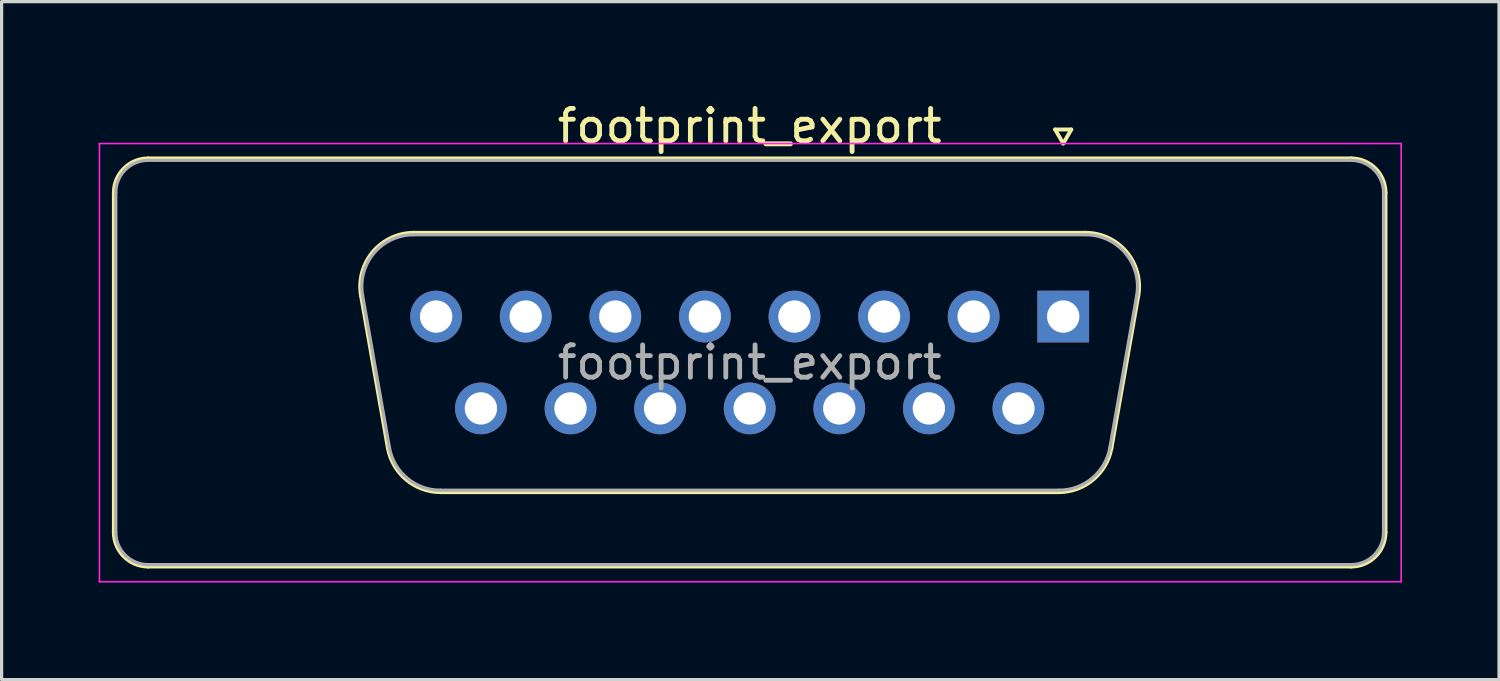
<source format=kicad_pcb>
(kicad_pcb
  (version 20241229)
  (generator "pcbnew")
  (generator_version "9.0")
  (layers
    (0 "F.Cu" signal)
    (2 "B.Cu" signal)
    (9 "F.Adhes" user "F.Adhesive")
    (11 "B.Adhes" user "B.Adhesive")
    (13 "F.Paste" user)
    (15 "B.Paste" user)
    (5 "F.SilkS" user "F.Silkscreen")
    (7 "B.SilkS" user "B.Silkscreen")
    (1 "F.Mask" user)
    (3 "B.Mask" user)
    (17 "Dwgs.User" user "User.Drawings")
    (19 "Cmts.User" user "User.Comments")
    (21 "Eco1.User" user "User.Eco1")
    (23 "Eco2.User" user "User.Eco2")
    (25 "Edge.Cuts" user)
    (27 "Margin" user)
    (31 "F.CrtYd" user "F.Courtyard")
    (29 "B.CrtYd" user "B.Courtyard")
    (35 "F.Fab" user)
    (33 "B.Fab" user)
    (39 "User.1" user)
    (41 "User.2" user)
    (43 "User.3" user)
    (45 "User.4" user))
  (footprint "footprint_export"
    (layer "F.Cu")
    (at 29.825 6.738)
    (property "Reference" "footprint_export" (at -9.695 -5.89 0) (layer "F.SilkS") (effects (font (size 1 1) (thickness 0.15))))
    (attr through_hole)
    (fp_line (start -29.355 6.67) (end -29.355 -3.83) (stroke (width 0.12) (type solid)) (layer "F.SilkS"))
    (fp_line (start -28.295 -4.89) (end 8.905 -4.89) (stroke (width 0.12) (type solid)) (layer "F.SilkS"))
    (fp_line (start -21.711 -0.642) (end -20.883 4.058) (stroke (width 0.12) (type solid)) (layer "F.SilkS"))
    (fp_line (start -20.077 -2.59) (end 0.687 -2.59) (stroke (width 0.12) (type solid)) (layer "F.SilkS"))
    (fp_line (start -19.248 5.43) (end -0.142 5.43) (stroke (width 0.12) (type solid)) (layer "F.SilkS"))
    (fp_line (start -0.25 -5.784) (end 0.25 -5.784) (stroke (width 0.12) (type solid)) (layer "F.SilkS"))
    (fp_line (start 0 -5.351) (end -0.25 -5.784) (stroke (width 0.12) (type solid)) (layer "F.SilkS"))
    (fp_line (start 0.25 -5.784) (end 0 -5.351) (stroke (width 0.12) (type solid)) (layer "F.SilkS"))
    (fp_line (start 2.321 -0.642) (end 1.493 4.058) (stroke (width 0.12) (type solid)) (layer "F.SilkS"))
    (fp_line (start 8.905 7.73) (end -28.295 7.73) (stroke (width 0.12) (type solid)) (layer "F.SilkS"))
    (fp_line (start 9.965 -3.83) (end 9.965 6.67) (stroke (width 0.12) (type solid)) (layer "F.SilkS"))
    (fp_arc (start -29.355 -3.83) (mid -29.044533 -4.579533) (end -28.295 -4.89) (stroke (width 0.12) (type solid)) (layer "F.SilkS"))
    (fp_arc (start -28.295 7.73) (mid -29.044533 7.419533) (end -29.355 6.67) (stroke (width 0.12) (type solid)) (layer "F.SilkS"))
    (fp_arc (start -21.71147 -0.641744) (mid -21.348323 -1.997028) (end -20.076689 -2.59) (stroke (width 0.12) (type solid)) (layer "F.SilkS"))
    (fp_arc (start -19.247952 5.43) (mid -20.314979 5.041634) (end -20.882733 4.058256) (stroke (width 0.12) (type solid)) (layer "F.SilkS"))
    (fp_arc (start 0.686689 -2.59) (mid 1.958323 -1.997027) (end 2.32147 -0.641744) (stroke (width 0.12) (type solid)) (layer "F.SilkS"))
    (fp_arc (start 1.492733 4.058256) (mid 0.92498 5.041634) (end -0.142048 5.43) (stroke (width 0.12) (type solid)) (layer "F.SilkS"))
    (fp_arc (start 8.905 -4.89) (mid 9.654533 -4.579533) (end 9.965 -3.83) (stroke (width 0.12) (type solid)) (layer "F.SilkS"))
    (fp_arc (start 9.965 6.67) (mid 9.654533 7.419533) (end 8.905 7.73) (stroke (width 0.12) (type solid)) (layer "F.SilkS"))
    (fp_line (start -29.8 -5.35) (end -29.8 8.2) (stroke (width 0.05) (type solid)) (layer "F.CrtYd"))
    (fp_line (start -29.8 8.2) (end 10.45 8.2) (stroke (width 0.05) (type solid)) (layer "F.CrtYd"))
    (fp_line (start 10.45 -5.35) (end -29.8 -5.35) (stroke (width 0.05) (type solid)) (layer "F.CrtYd"))
    (fp_line (start 10.45 8.2) (end 10.45 -5.35) (stroke (width 0.05) (type solid)) (layer "F.CrtYd"))
    (fp_line (start -29.295 6.67) (end -29.295 -3.83) (stroke (width 0.1) (type solid)) (layer "F.Fab"))
    (fp_line (start -28.295 -4.83) (end 8.905 -4.83) (stroke (width 0.1) (type solid)) (layer "F.Fab"))
    (fp_line (start -21.664 -0.652) (end -20.835 4.048) (stroke (width 0.1) (type solid)) (layer "F.Fab"))
    (fp_line (start -20.088 -2.53) (end 0.698 -2.53) (stroke (width 0.1) (type solid)) (layer "F.Fab"))
    (fp_line (start -19.259 5.37) (end -0.131 5.37) (stroke (width 0.1) (type solid)) (layer "F.Fab"))
    (fp_line (start 2.274 -0.652) (end 1.445 4.048) (stroke (width 0.1) (type solid)) (layer "F.Fab"))
    (fp_line (start 8.905 7.67) (end -28.295 7.67) (stroke (width 0.1) (type solid)) (layer "F.Fab"))
    (fp_line (start 9.905 -3.83) (end 9.905 6.67) (stroke (width 0.1) (type solid)) (layer "F.Fab"))
    (fp_arc (start -29.295 -3.83) (mid -29.002107 -4.537107) (end -28.295 -4.83) (stroke (width 0.1) (type solid)) (layer "F.Fab"))
    (fp_arc (start -28.295 7.67) (mid -29.002107 7.377107) (end -29.295 6.67) (stroke (width 0.1) (type solid)) (layer "F.Fab"))
    (fp_arc (start -21.663886 -0.652163) (mid -21.313865 -1.95846) (end -20.088194 -2.53) (stroke (width 0.1) (type solid)) (layer "F.Fab"))
    (fp_arc (start -19.259457 5.37) (mid -20.287917 4.995671) (end -20.835149 4.047837) (stroke (width 0.1) (type solid)) (layer "F.Fab"))
    (fp_arc (start 0.698194 -2.53) (mid 1.923865 -1.95846) (end 2.273886 -0.652163) (stroke (width 0.1) (type solid)) (layer "F.Fab"))
    (fp_arc (start 1.445149 4.047837) (mid 0.897917 4.995671) (end -0.130543 5.37) (stroke (width 0.1) (type solid)) (layer "F.Fab"))
    (fp_arc (start 8.905 -4.83) (mid 9.612107 -4.537107) (end 9.905 -3.83) (stroke (width 0.1) (type solid)) (layer "F.Fab"))
    (fp_arc (start 9.905 6.67) (mid 9.612107 7.377107) (end 8.905 7.67) (stroke (width 0.1) (type solid)) (layer "F.Fab"))
    (fp_text user "${REFERENCE}" (at -9.695 1.42 0) (layer "F.Fab") (effects (font (size 1 1) (thickness 0.15))))
    (pad "1" thru_hole rect (at 0 0) (size 1.6 1.6) (drill 1) (layers "*.Cu" "*.Mask"))
    (pad "2" thru_hole circle (at -2.77 0) (size 1.6 1.6) (drill 1) (layers "*.Cu" "*.Mask"))
    (pad "3" thru_hole circle (at -5.54 0) (size 1.6 1.6) (drill 1) (layers "*.Cu" "*.Mask"))
    (pad "4" thru_hole circle (at -8.31 0) (size 1.6 1.6) (drill 1) (layers "*.Cu" "*.Mask"))
    (pad "5" thru_hole circle (at -11.08 0) (size 1.6 1.6) (drill 1) (layers "*.Cu" "*.Mask"))
    (pad "6" thru_hole circle (at -13.85 0) (size 1.6 1.6) (drill 1) (layers "*.Cu" "*.Mask"))
    (pad "7" thru_hole circle (at -16.62 0) (size 1.6 1.6) (drill 1) (layers "*.Cu" "*.Mask"))
    (pad "8" thru_hole circle (at -19.39 0) (size 1.6 1.6) (drill 1) (layers "*.Cu" "*.Mask"))
    (pad "9" thru_hole circle (at -1.385 2.84) (size 1.6 1.6) (drill 1) (layers "*.Cu" "*.Mask"))
    (pad "10" thru_hole circle (at -4.155 2.84) (size 1.6 1.6) (drill 1) (layers "*.Cu" "*.Mask"))
    (pad "11" thru_hole circle (at -6.925 2.84) (size 1.6 1.6) (drill 1) (layers "*.Cu" "*.Mask"))
    (pad "12" thru_hole circle (at -9.695 2.84) (size 1.6 1.6) (drill 1) (layers "*.Cu" "*.Mask"))
    (pad "13" thru_hole circle (at -12.465 2.84) (size 1.6 1.6) (drill 1) (layers "*.Cu" "*.Mask"))
    (pad "14" thru_hole circle (at -15.235 2.84) (size 1.6 1.6) (drill 1) (layers "*.Cu" "*.Mask"))
    (pad "15" thru_hole circle (at -18.005 2.84) (size 1.6 1.6) (drill 1) (layers "*.Cu" "*.Mask")))
  (gr_rect
    (start -3 -3)
    (end 43.3 17.963)
    (stroke (width 0.1) (type default))
    (fill no)
    (layer "Edge.Cuts")))
</source>
